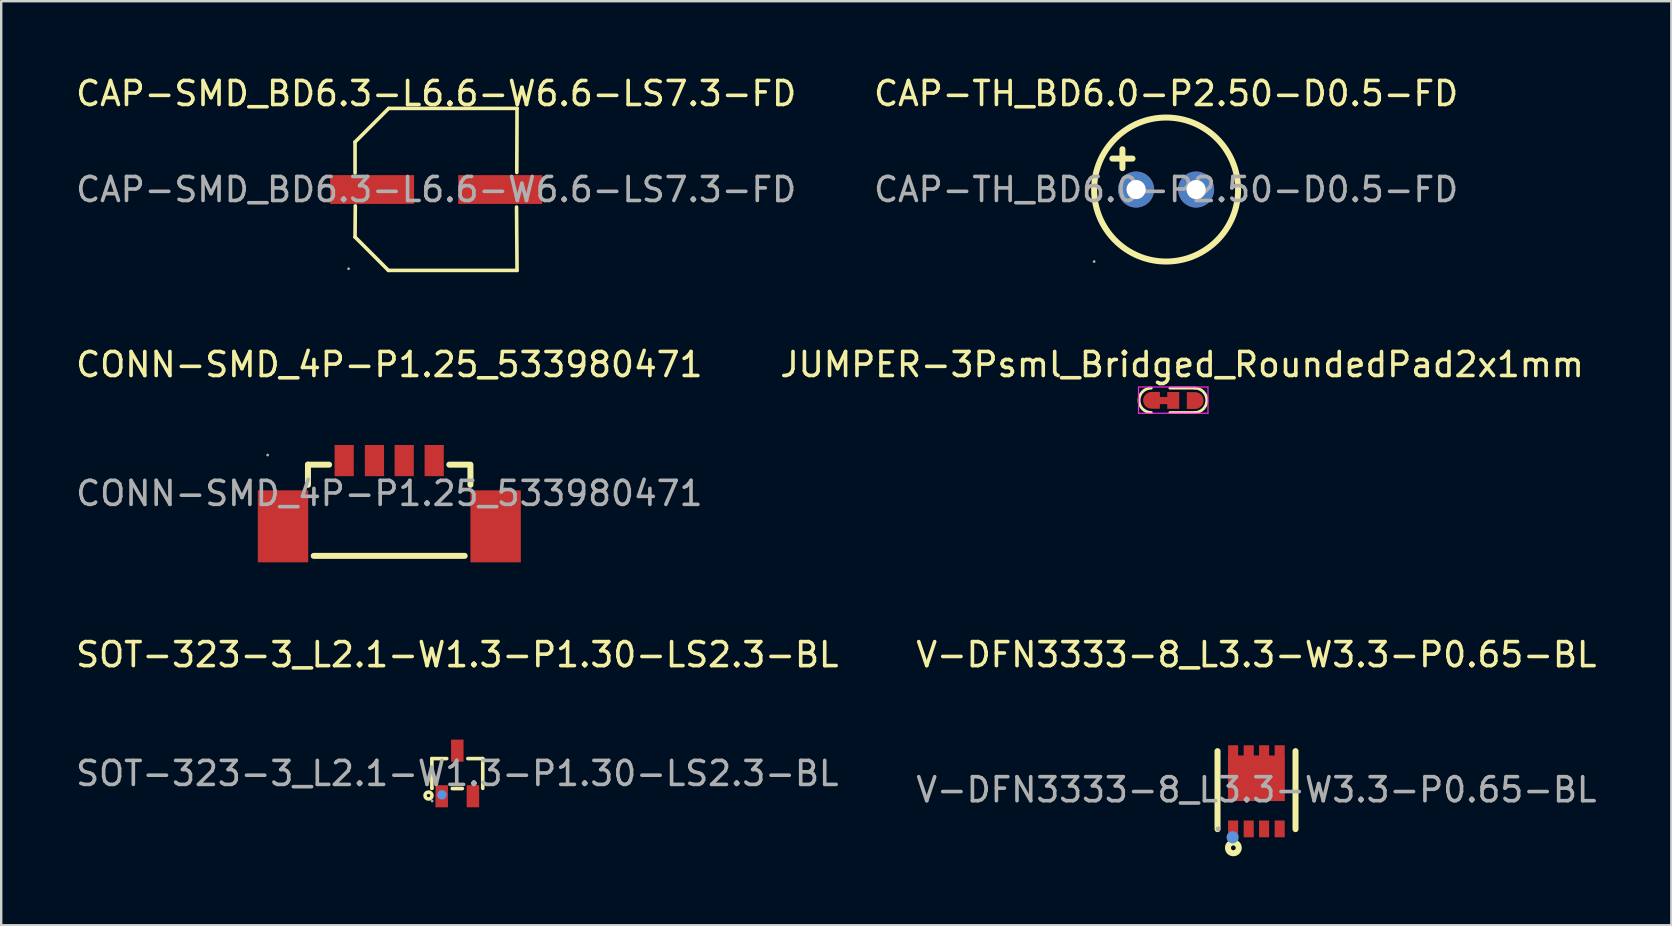
<source format=kicad_pcb>
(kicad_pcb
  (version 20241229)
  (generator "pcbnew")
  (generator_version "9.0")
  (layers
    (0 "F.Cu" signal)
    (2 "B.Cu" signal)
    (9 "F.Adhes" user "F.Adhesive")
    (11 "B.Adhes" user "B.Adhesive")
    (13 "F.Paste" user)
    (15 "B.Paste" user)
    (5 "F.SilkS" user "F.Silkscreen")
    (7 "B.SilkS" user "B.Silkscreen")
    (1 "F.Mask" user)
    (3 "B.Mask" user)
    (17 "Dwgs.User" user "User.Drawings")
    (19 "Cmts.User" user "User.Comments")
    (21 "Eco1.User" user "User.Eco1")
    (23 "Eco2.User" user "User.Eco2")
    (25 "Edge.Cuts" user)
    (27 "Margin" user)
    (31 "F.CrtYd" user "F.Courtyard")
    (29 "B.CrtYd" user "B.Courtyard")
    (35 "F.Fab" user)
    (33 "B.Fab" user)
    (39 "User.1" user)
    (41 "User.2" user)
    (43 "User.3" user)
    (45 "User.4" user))
  (footprint "SOT-323-3_L2.1-W1.3-P1.30-LS2.3-BL"
    (layer "F.Cu")
    (at 16.006 29.18)
    (property "Reference" "SOT-323-3_L2.1-W1.3-P1.30-LS2.3-BL" (at 0 -4.95 0) (layer "F.SilkS") (effects (font (size 1 1) (thickness 0.15))))
    (attr smd)
    (fp_line (start -1.06 -0.62) (end -1.06 0.61) (stroke (width 0.15) (type solid)) (layer "F.SilkS"))
    (fp_line (start -1.06 0.61) (end -1.06 0.62) (stroke (width 0.15) (type solid)) (layer "F.SilkS"))
    (fp_line (start -0.44 -0.62) (end -1.06 -0.62) (stroke (width 0.15) (type solid)) (layer "F.SilkS"))
    (fp_line (start -0.21 0.63) (end 0.21 0.63) (stroke (width 0.15) (type solid)) (layer "F.SilkS"))
    (fp_line (start 1.06 -0.62) (end 0.44 -0.62) (stroke (width 0.15) (type solid)) (layer "F.SilkS"))
    (fp_line (start 1.06 -0.62) (end 1.06 0.62) (stroke (width 0.15) (type solid)) (layer "F.SilkS"))
    (fp_circle (center -1.2 0.92) (end -1.13 0.92) (stroke (width 0.15) (type solid)) (fill no) (layer "F.SilkS"))
    (fp_circle (center -0.64 0.89) (end -0.54 0.89) (stroke (width 0.2) (type solid)) (fill no) (layer "Cmts.User"))
    (fp_circle (center -1.05 1.15) (end -1.02 1.15) (stroke (width 0.06) (type solid)) (fill no) (layer "F.Fab"))
    (fp_text user "${REFERENCE}" (at 0 0 0) (layer "F.Fab") (effects (font (size 1 1) (thickness 0.15))))
    (pad "1" smd rect (at -0.65 0.95) (size 0.52 0.92) (layers "F.Cu" "F.Mask" "F.Paste"))
    (pad "2" smd rect (at 0.65 0.95) (size 0.52 0.92) (layers "F.Cu" "F.Mask" "F.Paste"))
    (pad "3" smd rect (at 0 -0.95) (size 0.52 0.92) (layers "F.Cu" "F.Mask" "F.Paste")))
  (footprint "CAP-TH_BD6.0-P2.50-D0.5-FD"
    (layer "F.Cu")
    (at 45.542 4.848)
    (property "Reference" "CAP-TH_BD6.0-P2.50-D0.5-FD" (at 0 -4 0) (layer "F.SilkS") (effects (font (size 1 1) (thickness 0.15))))
    (attr through_hole)
    (fp_line (start -1.82 -0.89) (end -1.82 -1.68) (stroke (width 0.25) (type solid)) (layer "F.SilkS"))
    (fp_line (start -1.4 -1.29) (end -2.24 -1.29) (stroke (width 0.25) (type solid)) (layer "F.SilkS"))
    (fp_circle (center 0 0) (end 3 0) (stroke (width 0.25) (type solid)) (fill no) (layer "F.SilkS"))
    (fp_circle (center -3 3) (end -2.97 3) (stroke (width 0.06) (type solid)) (fill no) (layer "F.Fab"))
    (fp_circle (center -1.25 0) (end -1.13 0) (stroke (width 0.25) (type solid)) (fill no) (layer "F.Fab"))
    (fp_circle (center 1.25 0) (end 1.37 0) (stroke (width 0.25) (type solid)) (fill no) (layer "F.Fab"))
    (fp_text user "${REFERENCE}" (at 0 0 0) (layer "F.Fab") (effects (font (size 1 1) (thickness 0.15))))
    (pad "1" thru_hole circle (at -1.25 0 90) (size 1.5 1.5) (drill 0.8) (layers "*.Cu" "*.Mask"))
    (pad "2" thru_hole circle (at 1.25 0 90) (size 1.5 1.5) (drill 0.8) (layers "*.Cu" "*.Mask")))
  (footprint "CONN-SMD_4P-P1.25_533980471"
    (layer "F.Cu")
    (at 13.173 17.512)
    (property "Reference" "CONN-SMD_4P-P1.25_533980471" (at 0 -5.37 0) (layer "F.SilkS") (effects (font (size 1 1) (thickness 0.15))))
    (attr smd)
    (fp_line (start -3.39 -1.2) (end -3.39 -0.36) (stroke (width 0.25) (type solid)) (layer "F.SilkS"))
    (fp_line (start -3.39 -1.2) (end -2.51 -1.2) (stroke (width 0.25) (type solid)) (layer "F.SilkS"))
    (fp_line (start 2.5 -1.2) (end 3.3 -1.2) (stroke (width 0.25) (type solid)) (layer "F.SilkS"))
    (fp_line (start 3.14 2.6) (end -3.15 2.6) (stroke (width 0.25) (type solid)) (layer "F.SilkS"))
    (fp_line (start 3.38 -1.2) (end 3.38 -0.36) (stroke (width 0.25) (type solid)) (layer "F.SilkS"))
    (fp_circle (center -5.07 -1.6) (end -5.04 -1.6) (stroke (width 0.06) (type solid)) (fill no) (layer "F.Fab"))
    (fp_text user "${REFERENCE}" (at 0 0 0) (layer "F.Fab") (effects (font (size 1 1) (thickness 0.15))))
    (pad "1" smd rect (at -1.88 -1.37 180) (size 0.8 1.3) (layers "F.Cu" "F.Mask" "F.Paste"))
    (pad "2" smd rect (at -0.62 -1.37 180) (size 0.8 1.3) (layers "F.Cu" "F.Mask" "F.Paste"))
    (pad "3" smd rect (at 0.62 -1.37 180) (size 0.8 1.3) (layers "F.Cu" "F.Mask" "F.Paste"))
    (pad "4" smd rect (at 1.87 -1.37 180) (size 0.8 1.3) (layers "F.Cu" "F.Mask" "F.Paste"))
    (pad "5" smd rect (at 4.43 1.37 180) (size 2.1 3) (layers "F.Cu" "F.Mask" "F.Paste"))
    (pad "6" smd rect (at -4.43 1.37 180) (size 2.1 3) (layers "F.Cu" "F.Mask" "F.Paste")))
  (footprint "CAP-SMD_BD6.3-L6.6-W6.6-LS7.3-FD"
    (layer "F.Cu")
    (at 15.125 4.848)
    (property "Reference" "CAP-SMD_BD6.3-L6.6-W6.6-LS7.3-FD" (at 0 -4 0) (layer "F.SilkS") (effects (font (size 1 1) (thickness 0.15))))
    (attr through_hole)
    (fp_line (start -3.38 -1.98) (end -3.38 -0.69) (stroke (width 0.15) (type solid)) (layer "F.SilkS"))
    (fp_line (start -3.38 1.98) (end -3.37 0.68) (stroke (width 0.15) (type solid)) (layer "F.SilkS"))
    (fp_line (start -1.99 3.37) (end -3.38 1.98) (stroke (width 0.15) (type solid)) (layer "F.SilkS"))
    (fp_line (start -1.98 -3.38) (end -3.38 -1.98) (stroke (width 0.15) (type solid)) (layer "F.SilkS"))
    (fp_line (start 3.35 0.73) (end 3.37 3.37) (stroke (width 0.15) (type solid)) (layer "F.SilkS"))
    (fp_line (start 3.36 -0.71) (end 3.37 -3.38) (stroke (width 0.15) (type solid)) (layer "F.SilkS"))
    (fp_line (start 3.37 -3.38) (end -1.98 -3.38) (stroke (width 0.15) (type solid)) (layer "F.SilkS"))
    (fp_line (start 3.37 3.37) (end -1.99 3.37) (stroke (width 0.15) (type solid)) (layer "F.SilkS"))
    (fp_circle (center -3.65 3.3) (end -3.62 3.3) (stroke (width 0.06) (type solid)) (fill no) (layer "F.Fab"))
    (fp_text user "${REFERENCE}" (at 0 0 0) (layer "F.Fab") (effects (font (size 1 1) (thickness 0.15))))
    (pad "1" smd rect (at -2.67 0) (size 3.5 1.2) (layers "F.Cu" "F.Mask" "F.Paste"))
    (pad "2" smd rect (at 2.67 0) (size 3.5 1.2) (layers "F.Cu" "F.Mask" "F.Paste")))
  (footprint "V-DFN3333-8_L3.3-W3.3-P0.65-BL"
    (layer "F.Cu")
    (at 49.304 29.86)
    (property "Reference" "V-DFN3333-8_L3.3-W3.3-P0.65-BL" (at 0 -5.63 0) (layer "F.SilkS") (effects (font (size 1 1) (thickness 0.15))))
    (attr smd)
    (fp_line (start -1.62 1.64) (end -1.62 -1.61) (stroke (width 0.25) (type solid)) (layer "F.SilkS"))
    (fp_line (start 1.63 1.64) (end 1.63 -1.61) (stroke (width 0.25) (type solid)) (layer "F.SilkS"))
    (fp_circle (center -0.96 2.42) (end -0.86 2.42) (stroke (width 0.25) (type solid)) (fill no) (layer "F.SilkS"))
    (fp_circle (center -0.99 1.98) (end -0.86 1.98) (stroke (width 0.25) (type solid)) (fill no) (layer "Cmts.User"))
    (fp_circle (center -1.6 1.63) (end -1.55 1.63) (stroke (width 0.1) (type solid)) (fill no) (layer "F.Fab"))
    (fp_text user "${REFERENCE}" (at 0 0 0) (layer "F.Fab") (effects (font (size 1 1) (thickness 0.15))))
    (pad "1" smd rect (at -0.97 1.63 180) (size 0.42 0.7) (layers "F.Cu" "F.Mask" "F.Paste"))
    (pad "2" smd rect (at -0.32 1.63 180) (size 0.42 0.7) (layers "F.Cu" "F.Mask" "F.Paste"))
    (pad "3" smd rect (at 0.32 1.63 180) (size 0.42 0.7) (layers "F.Cu" "F.Mask" "F.Paste"))
    (pad "4" smd rect (at 0.97 1.63 180) (size 0.42 0.7) (layers "F.Cu" "F.Mask" "F.Paste"))
    (pad "5" smd rect (at 0.97 -1.63 180) (size 0.42 0.45) (layers "F.Cu" "F.Mask" "F.Paste"))
    (pad "6" smd rect (at 0.32 -1.63 180) (size 0.42 0.45) (layers "F.Cu" "F.Mask" "F.Paste"))
    (pad "7" smd rect (at -0.32 -1.63 180) (size 0.42 0.45) (layers "F.Cu" "F.Mask" "F.Paste"))
    (pad "8" smd rect (at -0.97 -1.63 180) (size 0.42 0.45) (layers "F.Cu" "F.Mask" "F.Paste"))
    (pad "8" smd rect (at 0 -0.48 180) (size 2.37 1.9) (layers "F.Cu" "F.Mask" "F.Paste")))
  (footprint "JUMPER-3Psml_Bridged_RoundedPad2x1mm"
    (layer "F.Cu")
    (at 45.433 13.941)
    (property "Reference" "JUMPER-3Psml_Bridged_RoundedPad2x1mm" (at 0.775 -1.8 0) (layer "F.SilkS") (effects (font (size 1 1) (thickness 0.15))))
    (attr exclude_from_pos_files exclude_from_bom)
    (fp_poly (pts (xy 0.287 -0.45) (xy -0.203 -0.45) (xy -0.203 -0.15) (xy 0.287 -0.15)) (stroke (width 0) (type solid)) (fill yes) (layer "F.Cu"))
    (fp_line (start 0.265 -0.82) (end 1.295 -0.82) (stroke (width 0.12) (type solid)) (layer "F.SilkS"))
    (fp_line (start 1.295 0.2) (end 0.265 0.2) (stroke (width 0.12) (type solid)) (layer "F.SilkS"))
    (fp_arc (start -0.51 0.2) (mid -1.02 -0.31) (end -0.51 -0.82) (stroke (width 0.12) (type solid)) (layer "F.SilkS"))
    (fp_arc (start 1.2954 -0.82) (mid 1.8054 -0.31) (end 1.2954 0.2) (stroke (width 0.12) (type solid)) (layer "F.SilkS"))
    (fp_line (start -1.041 -0.864) (end -1.041 0.229) (stroke (width 0.05) (type solid)) (layer "F.CrtYd"))
    (fp_line (start -1.041 -0.864) (end 1.854 -0.864) (stroke (width 0.05) (type solid)) (layer "F.CrtYd"))
    (fp_line (start 1.854 0.229) (end -1.041 0.229) (stroke (width 0.05) (type solid)) (layer "F.CrtYd"))
    (fp_line (start 1.854 0.229) (end 1.854 -0.864) (stroke (width 0.05) (type solid)) (layer "F.CrtYd"))
    (pad "1" smd custom (at -0.5 -0.31) (size 0.5 0.2) (layers "F.Cu" "F.Mask") (options (anchor rect)) (primitives (gr_circle (center 0 0) (end 0.35 0) (width 0) (fill yes)) (gr_poly (pts (xy 0 -0.35) (xy 0.35 -0.35) (xy 0.35 0.35) (xy 0 0.35)) (width 0) (fill yes))))
    (pad "2" smd rect (at 0.406 -0.305) (size 0.5 0.7) (layers "F.Cu" "F.Mask"))
    (pad "3" smd custom (at 1.321 -0.3 180) (size 0.5 0.2) (layers "F.Cu" "F.Mask") (options (anchor rect)) (primitives (gr_circle (center 0 0) (end 0.35 0) (width 0) (fill yes)) (gr_poly (pts (xy 0 -0.35) (xy 0.35 -0.35) (xy 0.35 0.35) (xy 0 0.35)) (width 0) (fill yes)))))
  (gr_rect
    (start -3 -3)
    (end 66.595 35.505)
    (stroke (width 0.1) (type default))
    (fill no)
    (layer "Edge.Cuts")))
</source>
